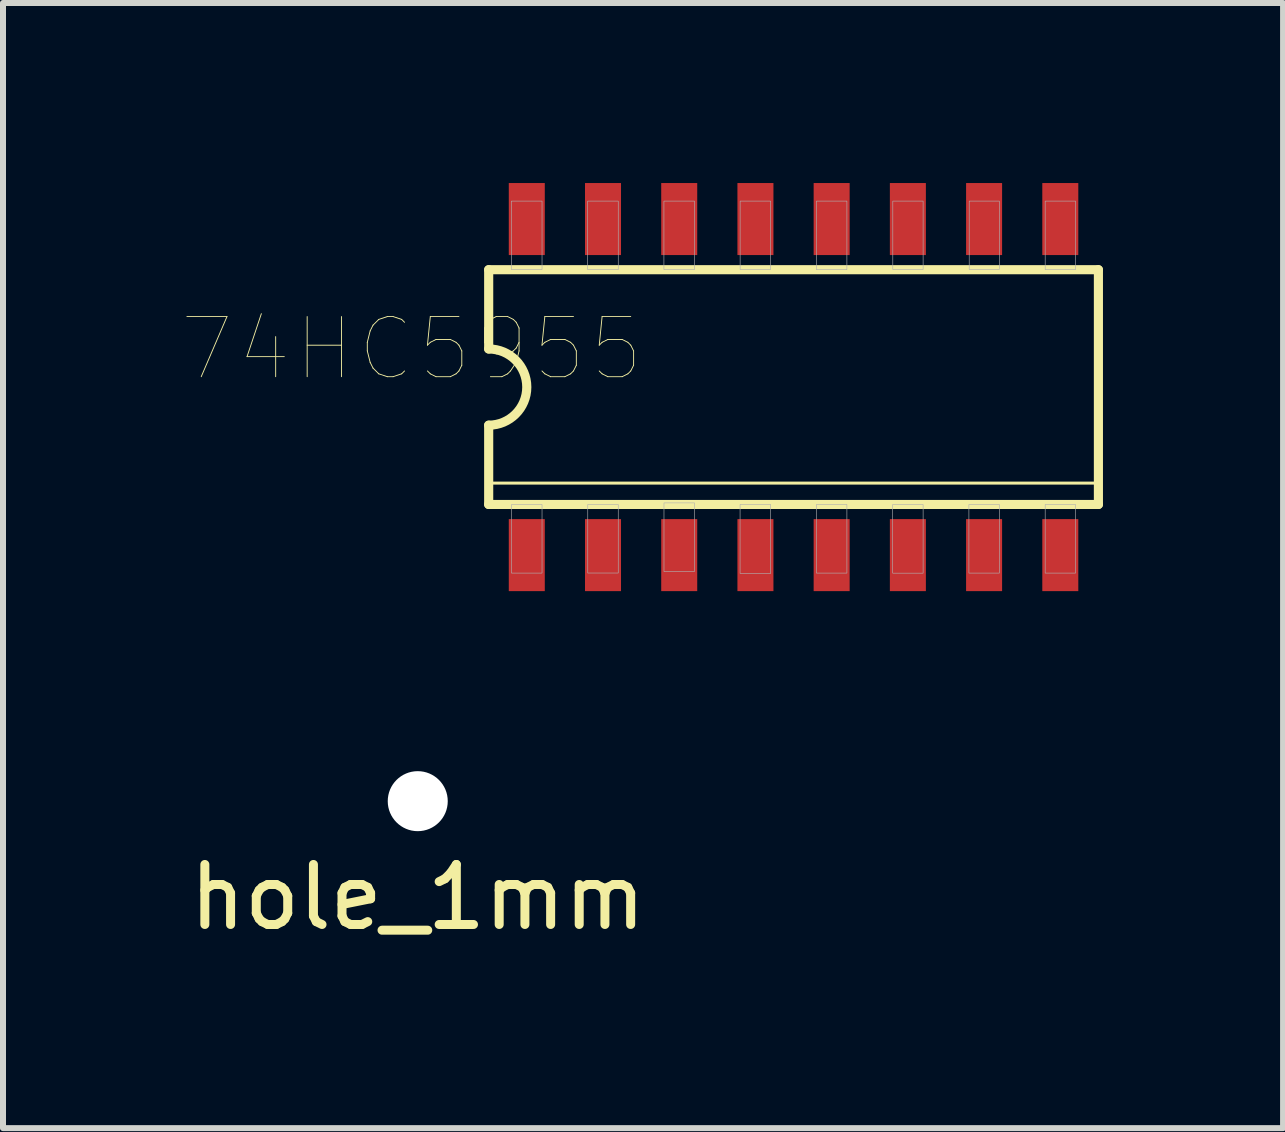
<source format=kicad_pcb>
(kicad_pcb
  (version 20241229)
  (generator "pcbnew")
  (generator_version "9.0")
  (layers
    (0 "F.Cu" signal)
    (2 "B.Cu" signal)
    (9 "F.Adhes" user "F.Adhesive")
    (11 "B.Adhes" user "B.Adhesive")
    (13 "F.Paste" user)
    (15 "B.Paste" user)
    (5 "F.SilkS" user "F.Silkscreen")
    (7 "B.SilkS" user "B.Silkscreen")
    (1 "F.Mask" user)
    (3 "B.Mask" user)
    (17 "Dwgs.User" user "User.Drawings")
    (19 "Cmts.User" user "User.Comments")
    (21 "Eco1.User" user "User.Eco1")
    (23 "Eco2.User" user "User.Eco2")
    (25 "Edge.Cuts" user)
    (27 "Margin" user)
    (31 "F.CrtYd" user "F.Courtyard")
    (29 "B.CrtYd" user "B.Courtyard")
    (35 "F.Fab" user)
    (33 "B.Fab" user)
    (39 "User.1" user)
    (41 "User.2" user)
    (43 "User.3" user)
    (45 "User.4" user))
  (footprint "hole_1mm"
    (layer "F.Cu")
    (at 3.911 10.3)
    (property "Reference" "hole_1mm" (at 0 1.6 0) (layer "F.SilkS") (effects (font (size 1 1) (thickness 0.15))))
    (attr through_hole)
    (pad "" np_thru_hole circle (at 0 0) (size 1 1) (drill 1) (layers "*.Cu" "*.Mask")))
  (footprint "74HC5955"
    (layer "F.Cu")
    (at 10.173 3.4)
    (property "Reference" "74HC5955" (at -6.363 -0.636 180) (layer "F.SilkS") (effects (font (size 1.002 1.002) (thickness 0.015))))
    (attr through_hole)
    (fp_line (start -5.08 -0.635) (end -5.08 -1.956) (stroke (width 0.152) (type solid)) (layer "F.SilkS"))
    (fp_line (start -5.08 1.6) (end 5.08 1.6) (stroke (width 0.051) (type solid)) (layer "F.SilkS"))
    (fp_line (start -5.08 1.956) (end -5.08 0.635) (stroke (width 0.152) (type solid)) (layer "F.SilkS"))
    (fp_line (start -5.08 1.956) (end 5.08 1.956) (stroke (width 0.152) (type solid)) (layer "F.SilkS"))
    (fp_line (start 5.08 -1.956) (end -5.08 -1.956) (stroke (width 0.152) (type solid)) (layer "F.SilkS"))
    (fp_line (start 5.08 1.956) (end 5.08 -1.956) (stroke (width 0.152) (type solid)) (layer "F.SilkS"))
    (fp_arc (start -5.08 -0.635) (mid -4.445 0) (end -5.08 0.635) (stroke (width 0.1524) (type solid)) (layer "F.SilkS"))
    (fp_poly (pts (xy -4.703 -3.099) (xy -4.191 -3.099) (xy -4.191 -1.958) (xy -4.703 -1.958)) (stroke (width 0.01) (type solid)) (fill no) (layer "F.Fab"))
    (fp_poly (pts (xy -4.7 1.956) (xy -4.191 1.956) (xy -4.191 3.1) (xy -4.7 3.1)) (stroke (width 0.01) (type solid)) (fill no) (layer "F.Fab"))
    (fp_poly (pts (xy -3.431 -3.099) (xy -2.921 -3.099) (xy -2.921 -1.957) (xy -3.431 -1.957)) (stroke (width 0.01) (type solid)) (fill no) (layer "F.Fab"))
    (fp_poly (pts (xy -3.429 1.956) (xy -2.921 1.956) (xy -2.921 3.099) (xy -3.429 3.099)) (stroke (width 0.01) (type solid)) (fill no) (layer "F.Fab"))
    (fp_poly (pts (xy -2.16 -3.099) (xy -1.651 -3.099) (xy -1.651 -1.957) (xy -2.16 -1.957)) (stroke (width 0.01) (type solid)) (fill no) (layer "F.Fab"))
    (fp_poly (pts (xy -2.159 1.93) (xy -1.651 1.93) (xy -1.651 3.074) (xy -2.159 3.074)) (stroke (width 0.01) (type solid)) (fill no) (layer "F.Fab"))
    (fp_poly (pts (xy -0.891 1.956) (xy -0.381 1.956) (xy -0.381 3.105) (xy -0.891 3.105)) (stroke (width 0.01) (type solid)) (fill no) (layer "F.Fab"))
    (fp_poly (pts (xy -0.89 -3.099) (xy -0.381 -3.099) (xy -0.381 -1.959) (xy -0.89 -1.959)) (stroke (width 0.01) (type solid)) (fill no) (layer "F.Fab"))
    (fp_poly (pts (xy 0.381 -3.099) (xy 0.889 -3.099) (xy 0.889 -1.956) (xy 0.381 -1.956)) (stroke (width 0.01) (type solid)) (fill no) (layer "F.Fab"))
    (fp_poly (pts (xy 0.381 1.956) (xy 0.889 1.956) (xy 0.889 3.1) (xy 0.381 3.1)) (stroke (width 0.01) (type solid)) (fill no) (layer "F.Fab"))
    (fp_poly (pts (xy 1.652 1.956) (xy 2.159 1.956) (xy 2.159 3.101) (xy 1.652 3.101)) (stroke (width 0.01) (type solid)) (fill no) (layer "F.Fab"))
    (fp_poly (pts (xy 1.654 -3.099) (xy 2.159 -3.099) (xy 2.159 -1.959) (xy 1.654 -1.959)) (stroke (width 0.01) (type solid)) (fill no) (layer "F.Fab"))
    (fp_poly (pts (xy 2.922 1.956) (xy 3.429 1.956) (xy 3.429 3.1) (xy 2.922 3.1)) (stroke (width 0.01) (type solid)) (fill no) (layer "F.Fab"))
    (fp_poly (pts (xy 2.927 -3.099) (xy 3.429 -3.099) (xy 3.429 -1.96) (xy 2.927 -1.96)) (stroke (width 0.01) (type solid)) (fill no) (layer "F.Fab"))
    (fp_poly (pts (xy 4.193 -3.099) (xy 4.699 -3.099) (xy 4.699 -1.957) (xy 4.193 -1.957)) (stroke (width 0.01) (type solid)) (fill no) (layer "F.Fab"))
    (fp_poly (pts (xy 4.193 1.956) (xy 4.699 1.956) (xy 4.699 3.1) (xy 4.193 3.1)) (stroke (width 0.01) (type solid)) (fill no) (layer "F.Fab"))
    (pad "1" smd rect (at -4.445 2.8) (size 0.6 1.2) (layers "F.Cu" "F.Mask" "F.Paste"))
    (pad "2" smd rect (at -3.175 2.8) (size 0.6 1.2) (layers "F.Cu" "F.Mask" "F.Paste"))
    (pad "3" smd rect (at -1.905 2.8) (size 0.6 1.2) (layers "F.Cu" "F.Mask" "F.Paste"))
    (pad "4" smd rect (at -0.635 2.8) (size 0.6 1.2) (layers "F.Cu" "F.Mask" "F.Paste"))
    (pad "5" smd rect (at 0.635 2.8) (size 0.6 1.2) (layers "F.Cu" "F.Mask" "F.Paste"))
    (pad "6" smd rect (at 1.905 2.8) (size 0.6 1.2) (layers "F.Cu" "F.Mask" "F.Paste"))
    (pad "7" smd rect (at 3.175 2.8) (size 0.6 1.2) (layers "F.Cu" "F.Mask" "F.Paste"))
    (pad "8" smd rect (at 4.445 2.8) (size 0.6 1.2) (layers "F.Cu" "F.Mask" "F.Paste"))
    (pad "9" smd rect (at 4.445 -2.8) (size 0.6 1.2) (layers "F.Cu" "F.Mask" "F.Paste"))
    (pad "10" smd rect (at 3.175 -2.8) (size 0.6 1.2) (layers "F.Cu" "F.Mask" "F.Paste"))
    (pad "11" smd rect (at 1.905 -2.8) (size 0.6 1.2) (layers "F.Cu" "F.Mask" "F.Paste"))
    (pad "12" smd rect (at 0.635 -2.8) (size 0.6 1.2) (layers "F.Cu" "F.Mask" "F.Paste"))
    (pad "13" smd rect (at -0.635 -2.8) (size 0.6 1.2) (layers "F.Cu" "F.Mask" "F.Paste"))
    (pad "14" smd rect (at -1.905 -2.8) (size 0.6 1.2) (layers "F.Cu" "F.Mask" "F.Paste"))
    (pad "15" smd rect (at -3.175 -2.8) (size 0.6 1.2) (layers "F.Cu" "F.Mask" "F.Paste"))
    (pad "16" smd rect (at -4.445 -2.8) (size 0.6 1.2) (layers "F.Cu" "F.Mask" "F.Paste")))
  (gr_rect
    (start -3 -3)
    (end 18.33 15.748)
    (stroke (width 0.1) (type default))
    (fill no)
    (layer "Edge.Cuts")))
</source>
